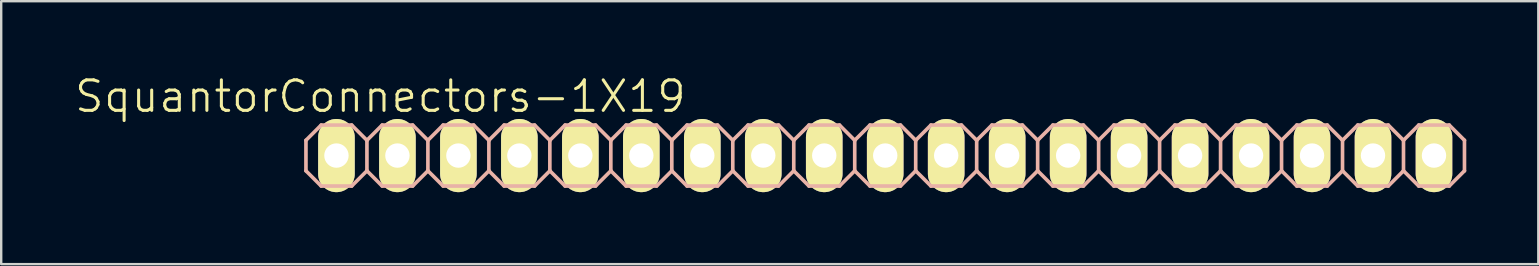
<source format=kicad_pcb>
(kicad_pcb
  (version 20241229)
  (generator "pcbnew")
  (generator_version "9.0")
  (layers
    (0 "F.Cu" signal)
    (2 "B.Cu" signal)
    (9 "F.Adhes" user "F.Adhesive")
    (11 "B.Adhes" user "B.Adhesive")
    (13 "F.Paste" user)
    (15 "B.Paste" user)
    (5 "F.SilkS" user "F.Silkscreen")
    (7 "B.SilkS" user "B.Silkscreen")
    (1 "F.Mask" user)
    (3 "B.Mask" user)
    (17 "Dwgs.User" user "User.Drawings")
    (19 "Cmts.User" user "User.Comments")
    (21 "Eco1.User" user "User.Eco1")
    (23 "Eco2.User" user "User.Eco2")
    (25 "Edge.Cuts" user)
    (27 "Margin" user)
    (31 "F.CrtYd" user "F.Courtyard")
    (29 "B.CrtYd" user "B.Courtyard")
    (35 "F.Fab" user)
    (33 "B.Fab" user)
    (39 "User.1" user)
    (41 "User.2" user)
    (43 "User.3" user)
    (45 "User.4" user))
  (footprint "SquantorConnectors-1X19"
    (layer "F.Cu")
    (at 33.825 3.43)
    (property "Reference" "SquantorConnectors-1X19" (at -21.031 -2.464 0) (layer "F.SilkS") (effects (font (size 1.27 1.27) (thickness 0.127))))
    (attr exclude_from_pos_files exclude_from_bom)
    (fp_line (start -23.114 -0.254) (end -22.606 -0.254) (stroke (width 0.066) (type solid)) (layer "F.SilkS"))
    (fp_line (start -23.114 0.254) (end -23.114 -0.254) (stroke (width 0.066) (type solid)) (layer "F.SilkS"))
    (fp_line (start -23.114 0.254) (end -22.606 0.254) (stroke (width 0.066) (type solid)) (layer "F.SilkS"))
    (fp_line (start -22.606 0.254) (end -22.606 -0.254) (stroke (width 0.066) (type solid)) (layer "F.SilkS"))
    (fp_line (start -20.574 -0.254) (end -20.066 -0.254) (stroke (width 0.066) (type solid)) (layer "F.SilkS"))
    (fp_line (start -20.574 0.254) (end -20.574 -0.254) (stroke (width 0.066) (type solid)) (layer "F.SilkS"))
    (fp_line (start -20.574 0.254) (end -20.066 0.254) (stroke (width 0.066) (type solid)) (layer "F.SilkS"))
    (fp_line (start -20.066 0.254) (end -20.066 -0.254) (stroke (width 0.066) (type solid)) (layer "F.SilkS"))
    (fp_line (start -18.034 -0.254) (end -17.523 -0.254) (stroke (width 0.066) (type solid)) (layer "F.SilkS"))
    (fp_line (start -18.034 0.254) (end -18.034 -0.254) (stroke (width 0.066) (type solid)) (layer "F.SilkS"))
    (fp_line (start -18.034 0.254) (end -17.523 0.254) (stroke (width 0.066) (type solid)) (layer "F.SilkS"))
    (fp_line (start -17.523 0.254) (end -17.523 -0.254) (stroke (width 0.066) (type solid)) (layer "F.SilkS"))
    (fp_line (start -15.494 -0.254) (end -14.986 -0.254) (stroke (width 0.066) (type solid)) (layer "F.SilkS"))
    (fp_line (start -15.494 0.254) (end -15.494 -0.254) (stroke (width 0.066) (type solid)) (layer "F.SilkS"))
    (fp_line (start -15.494 0.254) (end -14.986 0.254) (stroke (width 0.066) (type solid)) (layer "F.SilkS"))
    (fp_line (start -14.986 0.254) (end -14.986 -0.254) (stroke (width 0.066) (type solid)) (layer "F.SilkS"))
    (fp_line (start -12.954 -0.254) (end -12.446 -0.254) (stroke (width 0.066) (type solid)) (layer "F.SilkS"))
    (fp_line (start -12.954 0.254) (end -12.954 -0.254) (stroke (width 0.066) (type solid)) (layer "F.SilkS"))
    (fp_line (start -12.954 0.254) (end -12.446 0.254) (stroke (width 0.066) (type solid)) (layer "F.SilkS"))
    (fp_line (start -12.446 0.254) (end -12.446 -0.254) (stroke (width 0.066) (type solid)) (layer "F.SilkS"))
    (fp_line (start -10.414 -0.254) (end -9.906 -0.254) (stroke (width 0.066) (type solid)) (layer "F.SilkS"))
    (fp_line (start -10.414 0.254) (end -10.414 -0.254) (stroke (width 0.066) (type solid)) (layer "F.SilkS"))
    (fp_line (start -10.414 0.254) (end -9.906 0.254) (stroke (width 0.066) (type solid)) (layer "F.SilkS"))
    (fp_line (start -9.906 0.254) (end -9.906 -0.254) (stroke (width 0.066) (type solid)) (layer "F.SilkS"))
    (fp_line (start -7.874 -0.254) (end -7.366 -0.254) (stroke (width 0.066) (type solid)) (layer "F.SilkS"))
    (fp_line (start -7.874 0.254) (end -7.874 -0.254) (stroke (width 0.066) (type solid)) (layer "F.SilkS"))
    (fp_line (start -7.874 0.254) (end -7.366 0.254) (stroke (width 0.066) (type solid)) (layer "F.SilkS"))
    (fp_line (start -7.366 0.254) (end -7.366 -0.254) (stroke (width 0.066) (type solid)) (layer "F.SilkS"))
    (fp_line (start -5.334 -0.254) (end -4.826 -0.254) (stroke (width 0.066) (type solid)) (layer "F.SilkS"))
    (fp_line (start -5.334 0.254) (end -5.334 -0.254) (stroke (width 0.066) (type solid)) (layer "F.SilkS"))
    (fp_line (start -5.334 0.254) (end -4.826 0.254) (stroke (width 0.066) (type solid)) (layer "F.SilkS"))
    (fp_line (start -4.826 0.254) (end -4.826 -0.254) (stroke (width 0.066) (type solid)) (layer "F.SilkS"))
    (fp_line (start -2.794 -0.254) (end -2.286 -0.254) (stroke (width 0.066) (type solid)) (layer "F.SilkS"))
    (fp_line (start -2.794 0.254) (end -2.794 -0.254) (stroke (width 0.066) (type solid)) (layer "F.SilkS"))
    (fp_line (start -2.794 0.254) (end -2.286 0.254) (stroke (width 0.066) (type solid)) (layer "F.SilkS"))
    (fp_line (start -2.286 0.254) (end -2.286 -0.254) (stroke (width 0.066) (type solid)) (layer "F.SilkS"))
    (fp_line (start -0.254 -0.254) (end 0.254 -0.254) (stroke (width 0.066) (type solid)) (layer "F.SilkS"))
    (fp_line (start -0.254 0.254) (end -0.254 -0.254) (stroke (width 0.066) (type solid)) (layer "F.SilkS"))
    (fp_line (start -0.254 0.254) (end 0.254 0.254) (stroke (width 0.066) (type solid)) (layer "F.SilkS"))
    (fp_line (start 0.254 0.254) (end 0.254 -0.254) (stroke (width 0.066) (type solid)) (layer "F.SilkS"))
    (fp_line (start 2.286 -0.254) (end 2.794 -0.254) (stroke (width 0.066) (type solid)) (layer "F.SilkS"))
    (fp_line (start 2.286 0.254) (end 2.286 -0.254) (stroke (width 0.066) (type solid)) (layer "F.SilkS"))
    (fp_line (start 2.286 0.254) (end 2.794 0.254) (stroke (width 0.066) (type solid)) (layer "F.SilkS"))
    (fp_line (start 2.794 0.254) (end 2.794 -0.254) (stroke (width 0.066) (type solid)) (layer "F.SilkS"))
    (fp_line (start 4.826 -0.254) (end 5.334 -0.254) (stroke (width 0.066) (type solid)) (layer "F.SilkS"))
    (fp_line (start 4.826 0.254) (end 4.826 -0.254) (stroke (width 0.066) (type solid)) (layer "F.SilkS"))
    (fp_line (start 4.826 0.254) (end 5.334 0.254) (stroke (width 0.066) (type solid)) (layer "F.SilkS"))
    (fp_line (start 5.334 0.254) (end 5.334 -0.254) (stroke (width 0.066) (type solid)) (layer "F.SilkS"))
    (fp_line (start 7.366 -0.254) (end 7.874 -0.254) (stroke (width 0.066) (type solid)) (layer "F.SilkS"))
    (fp_line (start 7.366 0.254) (end 7.366 -0.254) (stroke (width 0.066) (type solid)) (layer "F.SilkS"))
    (fp_line (start 7.366 0.254) (end 7.874 0.254) (stroke (width 0.066) (type solid)) (layer "F.SilkS"))
    (fp_line (start 7.874 0.254) (end 7.874 -0.254) (stroke (width 0.066) (type solid)) (layer "F.SilkS"))
    (fp_line (start 9.906 -0.254) (end 10.414 -0.254) (stroke (width 0.066) (type solid)) (layer "F.SilkS"))
    (fp_line (start 9.906 0.254) (end 9.906 -0.254) (stroke (width 0.066) (type solid)) (layer "F.SilkS"))
    (fp_line (start 9.906 0.254) (end 10.414 0.254) (stroke (width 0.066) (type solid)) (layer "F.SilkS"))
    (fp_line (start 10.414 0.254) (end 10.414 -0.254) (stroke (width 0.066) (type solid)) (layer "F.SilkS"))
    (fp_line (start 12.446 -0.254) (end 12.954 -0.254) (stroke (width 0.066) (type solid)) (layer "F.SilkS"))
    (fp_line (start 12.446 0.254) (end 12.446 -0.254) (stroke (width 0.066) (type solid)) (layer "F.SilkS"))
    (fp_line (start 12.446 0.254) (end 12.954 0.254) (stroke (width 0.066) (type solid)) (layer "F.SilkS"))
    (fp_line (start 12.954 0.254) (end 12.954 -0.254) (stroke (width 0.066) (type solid)) (layer "F.SilkS"))
    (fp_line (start 14.986 -0.254) (end 15.494 -0.254) (stroke (width 0.066) (type solid)) (layer "F.SilkS"))
    (fp_line (start 14.986 0.254) (end 14.986 -0.254) (stroke (width 0.066) (type solid)) (layer "F.SilkS"))
    (fp_line (start 14.986 0.254) (end 15.494 0.254) (stroke (width 0.066) (type solid)) (layer "F.SilkS"))
    (fp_line (start 15.494 0.254) (end 15.494 -0.254) (stroke (width 0.066) (type solid)) (layer "F.SilkS"))
    (fp_line (start 17.523 -0.254) (end 18.034 -0.254) (stroke (width 0.066) (type solid)) (layer "F.SilkS"))
    (fp_line (start 17.523 0.254) (end 17.523 -0.254) (stroke (width 0.066) (type solid)) (layer "F.SilkS"))
    (fp_line (start 17.523 0.254) (end 18.034 0.254) (stroke (width 0.066) (type solid)) (layer "F.SilkS"))
    (fp_line (start 18.034 0.254) (end 18.034 -0.254) (stroke (width 0.066) (type solid)) (layer "F.SilkS"))
    (fp_line (start 20.066 -0.254) (end 20.574 -0.254) (stroke (width 0.066) (type solid)) (layer "F.SilkS"))
    (fp_line (start 20.066 0.254) (end 20.066 -0.254) (stroke (width 0.066) (type solid)) (layer "F.SilkS"))
    (fp_line (start 20.066 0.254) (end 20.574 0.254) (stroke (width 0.066) (type solid)) (layer "F.SilkS"))
    (fp_line (start 20.574 0.254) (end 20.574 -0.254) (stroke (width 0.066) (type solid)) (layer "F.SilkS"))
    (fp_line (start 22.606 -0.254) (end 23.114 -0.254) (stroke (width 0.066) (type solid)) (layer "F.SilkS"))
    (fp_line (start 22.606 0.254) (end 22.606 -0.254) (stroke (width 0.066) (type solid)) (layer "F.SilkS"))
    (fp_line (start 22.606 0.254) (end 23.114 0.254) (stroke (width 0.066) (type solid)) (layer "F.SilkS"))
    (fp_line (start 23.114 0.254) (end 23.114 -0.254) (stroke (width 0.066) (type solid)) (layer "F.SilkS"))
    (fp_line (start -24.13 -0.635) (end -24.13 0.635) (stroke (width 0.152) (type solid)) (layer "B.SilkS"))
    (fp_line (start -24.13 0.635) (end -23.495 1.27) (stroke (width 0.152) (type solid)) (layer "B.SilkS"))
    (fp_line (start -23.495 -1.27) (end -24.13 -0.635) (stroke (width 0.152) (type solid)) (layer "B.SilkS"))
    (fp_line (start -23.495 -1.27) (end -22.225 -1.27) (stroke (width 0.152) (type solid)) (layer "B.SilkS"))
    (fp_line (start -22.225 -1.27) (end -21.59 -0.635) (stroke (width 0.152) (type solid)) (layer "B.SilkS"))
    (fp_line (start -22.225 1.27) (end -23.495 1.27) (stroke (width 0.152) (type solid)) (layer "B.SilkS"))
    (fp_line (start -21.59 -0.635) (end -21.59 0.635) (stroke (width 0.152) (type solid)) (layer "B.SilkS"))
    (fp_line (start -21.59 -0.635) (end -20.955 -1.27) (stroke (width 0.152) (type solid)) (layer "B.SilkS"))
    (fp_line (start -21.59 0.635) (end -22.225 1.27) (stroke (width 0.152) (type solid)) (layer "B.SilkS"))
    (fp_line (start -20.955 -1.27) (end -19.685 -1.27) (stroke (width 0.152) (type solid)) (layer "B.SilkS"))
    (fp_line (start -20.955 1.27) (end -21.59 0.635) (stroke (width 0.152) (type solid)) (layer "B.SilkS"))
    (fp_line (start -19.685 -1.27) (end -19.05 -0.635) (stroke (width 0.152) (type solid)) (layer "B.SilkS"))
    (fp_line (start -19.685 1.27) (end -20.955 1.27) (stroke (width 0.152) (type solid)) (layer "B.SilkS"))
    (fp_line (start -19.05 -0.635) (end -19.05 0.635) (stroke (width 0.152) (type solid)) (layer "B.SilkS"))
    (fp_line (start -19.05 -0.635) (end -18.415 -1.27) (stroke (width 0.152) (type solid)) (layer "B.SilkS"))
    (fp_line (start -19.05 0.635) (end -19.685 1.27) (stroke (width 0.152) (type solid)) (layer "B.SilkS"))
    (fp_line (start -18.415 -1.27) (end -17.145 -1.27) (stroke (width 0.152) (type solid)) (layer "B.SilkS"))
    (fp_line (start -18.415 1.27) (end -19.05 0.635) (stroke (width 0.152) (type solid)) (layer "B.SilkS"))
    (fp_line (start -17.145 -1.27) (end -16.51 -0.635) (stroke (width 0.152) (type solid)) (layer "B.SilkS"))
    (fp_line (start -17.145 1.27) (end -18.415 1.27) (stroke (width 0.152) (type solid)) (layer "B.SilkS"))
    (fp_line (start -16.51 -0.635) (end -16.51 0.635) (stroke (width 0.152) (type solid)) (layer "B.SilkS"))
    (fp_line (start -16.51 0.635) (end -17.145 1.27) (stroke (width 0.152) (type solid)) (layer "B.SilkS"))
    (fp_line (start -16.51 0.635) (end -15.875 1.27) (stroke (width 0.152) (type solid)) (layer "B.SilkS"))
    (fp_line (start -15.875 -1.27) (end -16.51 -0.635) (stroke (width 0.152) (type solid)) (layer "B.SilkS"))
    (fp_line (start -15.875 -1.27) (end -14.605 -1.27) (stroke (width 0.152) (type solid)) (layer "B.SilkS"))
    (fp_line (start -14.605 -1.27) (end -13.97 -0.635) (stroke (width 0.152) (type solid)) (layer "B.SilkS"))
    (fp_line (start -14.605 1.27) (end -15.875 1.27) (stroke (width 0.152) (type solid)) (layer "B.SilkS"))
    (fp_line (start -13.97 -0.635) (end -13.97 0.635) (stroke (width 0.152) (type solid)) (layer "B.SilkS"))
    (fp_line (start -13.97 -0.635) (end -13.335 -1.27) (stroke (width 0.152) (type solid)) (layer "B.SilkS"))
    (fp_line (start -13.97 0.635) (end -14.605 1.27) (stroke (width 0.152) (type solid)) (layer "B.SilkS"))
    (fp_line (start -13.335 -1.27) (end -12.065 -1.27) (stroke (width 0.152) (type solid)) (layer "B.SilkS"))
    (fp_line (start -13.335 1.27) (end -13.97 0.635) (stroke (width 0.152) (type solid)) (layer "B.SilkS"))
    (fp_line (start -12.065 -1.27) (end -11.43 -0.635) (stroke (width 0.152) (type solid)) (layer "B.SilkS"))
    (fp_line (start -12.065 1.27) (end -13.335 1.27) (stroke (width 0.152) (type solid)) (layer "B.SilkS"))
    (fp_line (start -11.43 -0.635) (end -11.43 0.635) (stroke (width 0.152) (type solid)) (layer "B.SilkS"))
    (fp_line (start -11.43 -0.635) (end -10.795 -1.27) (stroke (width 0.152) (type solid)) (layer "B.SilkS"))
    (fp_line (start -11.43 0.635) (end -12.065 1.27) (stroke (width 0.152) (type solid)) (layer "B.SilkS"))
    (fp_line (start -10.795 -1.27) (end -9.525 -1.27) (stroke (width 0.152) (type solid)) (layer "B.SilkS"))
    (fp_line (start -10.795 1.27) (end -11.43 0.635) (stroke (width 0.152) (type solid)) (layer "B.SilkS"))
    (fp_line (start -9.525 -1.27) (end -8.89 -0.635) (stroke (width 0.152) (type solid)) (layer "B.SilkS"))
    (fp_line (start -9.525 1.27) (end -10.795 1.27) (stroke (width 0.152) (type solid)) (layer "B.SilkS"))
    (fp_line (start -8.89 -0.635) (end -8.89 0.635) (stroke (width 0.152) (type solid)) (layer "B.SilkS"))
    (fp_line (start -8.89 0.635) (end -9.525 1.27) (stroke (width 0.152) (type solid)) (layer "B.SilkS"))
    (fp_line (start -8.89 0.635) (end -8.255 1.27) (stroke (width 0.152) (type solid)) (layer "B.SilkS"))
    (fp_line (start -8.255 -1.27) (end -8.89 -0.635) (stroke (width 0.152) (type solid)) (layer "B.SilkS"))
    (fp_line (start -8.255 -1.27) (end -6.985 -1.27) (stroke (width 0.152) (type solid)) (layer "B.SilkS"))
    (fp_line (start -6.985 -1.27) (end -6.35 -0.635) (stroke (width 0.152) (type solid)) (layer "B.SilkS"))
    (fp_line (start -6.985 1.27) (end -8.255 1.27) (stroke (width 0.152) (type solid)) (layer "B.SilkS"))
    (fp_line (start -6.35 -0.635) (end -6.35 0.635) (stroke (width 0.152) (type solid)) (layer "B.SilkS"))
    (fp_line (start -6.35 -0.635) (end -5.715 -1.27) (stroke (width 0.152) (type solid)) (layer "B.SilkS"))
    (fp_line (start -6.35 0.635) (end -6.985 1.27) (stroke (width 0.152) (type solid)) (layer "B.SilkS"))
    (fp_line (start -5.715 -1.27) (end -4.445 -1.27) (stroke (width 0.152) (type solid)) (layer "B.SilkS"))
    (fp_line (start -5.715 1.27) (end -6.35 0.635) (stroke (width 0.152) (type solid)) (layer "B.SilkS"))
    (fp_line (start -4.445 -1.27) (end -3.81 -0.635) (stroke (width 0.152) (type solid)) (layer "B.SilkS"))
    (fp_line (start -4.445 1.27) (end -5.715 1.27) (stroke (width 0.152) (type solid)) (layer "B.SilkS"))
    (fp_line (start -3.81 -0.635) (end -3.81 0.635) (stroke (width 0.152) (type solid)) (layer "B.SilkS"))
    (fp_line (start -3.81 -0.635) (end -3.175 -1.27) (stroke (width 0.152) (type solid)) (layer "B.SilkS"))
    (fp_line (start -3.81 0.635) (end -4.445 1.27) (stroke (width 0.152) (type solid)) (layer "B.SilkS"))
    (fp_line (start -3.175 -1.27) (end -1.905 -1.27) (stroke (width 0.152) (type solid)) (layer "B.SilkS"))
    (fp_line (start -3.175 1.27) (end -3.81 0.635) (stroke (width 0.152) (type solid)) (layer "B.SilkS"))
    (fp_line (start -1.905 -1.27) (end -1.27 -0.635) (stroke (width 0.152) (type solid)) (layer "B.SilkS"))
    (fp_line (start -1.905 1.27) (end -3.175 1.27) (stroke (width 0.152) (type solid)) (layer "B.SilkS"))
    (fp_line (start -1.27 -0.635) (end -1.27 0.635) (stroke (width 0.152) (type solid)) (layer "B.SilkS"))
    (fp_line (start -1.27 0.635) (end -1.905 1.27) (stroke (width 0.152) (type solid)) (layer "B.SilkS"))
    (fp_line (start -1.27 0.635) (end -0.635 1.27) (stroke (width 0.152) (type solid)) (layer "B.SilkS"))
    (fp_line (start -0.635 -1.27) (end -1.27 -0.635) (stroke (width 0.152) (type solid)) (layer "B.SilkS"))
    (fp_line (start -0.635 -1.27) (end 0.635 -1.27) (stroke (width 0.152) (type solid)) (layer "B.SilkS"))
    (fp_line (start 0.635 -1.27) (end 1.27 -0.635) (stroke (width 0.152) (type solid)) (layer "B.SilkS"))
    (fp_line (start 0.635 1.27) (end -0.635 1.27) (stroke (width 0.152) (type solid)) (layer "B.SilkS"))
    (fp_line (start 1.27 -0.635) (end 1.27 0.635) (stroke (width 0.152) (type solid)) (layer "B.SilkS"))
    (fp_line (start 1.27 -0.635) (end 1.905 -1.27) (stroke (width 0.152) (type solid)) (layer "B.SilkS"))
    (fp_line (start 1.27 0.635) (end 0.635 1.27) (stroke (width 0.152) (type solid)) (layer "B.SilkS"))
    (fp_line (start 1.905 -1.27) (end 3.175 -1.27) (stroke (width 0.152) (type solid)) (layer "B.SilkS"))
    (fp_line (start 1.905 1.27) (end 1.27 0.635) (stroke (width 0.152) (type solid)) (layer "B.SilkS"))
    (fp_line (start 3.175 -1.27) (end 3.81 -0.635) (stroke (width 0.152) (type solid)) (layer "B.SilkS"))
    (fp_line (start 3.175 1.27) (end 1.905 1.27) (stroke (width 0.152) (type solid)) (layer "B.SilkS"))
    (fp_line (start 3.81 -0.635) (end 3.81 0.635) (stroke (width 0.152) (type solid)) (layer "B.SilkS"))
    (fp_line (start 3.81 -0.635) (end 4.445 -1.27) (stroke (width 0.152) (type solid)) (layer "B.SilkS"))
    (fp_line (start 3.81 0.635) (end 3.175 1.27) (stroke (width 0.152) (type solid)) (layer "B.SilkS"))
    (fp_line (start 4.445 -1.27) (end 5.715 -1.27) (stroke (width 0.152) (type solid)) (layer "B.SilkS"))
    (fp_line (start 4.445 1.27) (end 3.81 0.635) (stroke (width 0.152) (type solid)) (layer "B.SilkS"))
    (fp_line (start 5.715 -1.27) (end 6.35 -0.635) (stroke (width 0.152) (type solid)) (layer "B.SilkS"))
    (fp_line (start 5.715 1.27) (end 4.445 1.27) (stroke (width 0.152) (type solid)) (layer "B.SilkS"))
    (fp_line (start 6.35 -0.635) (end 6.35 0.635) (stroke (width 0.152) (type solid)) (layer "B.SilkS"))
    (fp_line (start 6.35 0.635) (end 5.715 1.27) (stroke (width 0.152) (type solid)) (layer "B.SilkS"))
    (fp_line (start 6.35 0.635) (end 6.985 1.27) (stroke (width 0.152) (type solid)) (layer "B.SilkS"))
    (fp_line (start 6.985 -1.27) (end 6.35 -0.635) (stroke (width 0.152) (type solid)) (layer "B.SilkS"))
    (fp_line (start 6.985 -1.27) (end 8.255 -1.27) (stroke (width 0.152) (type solid)) (layer "B.SilkS"))
    (fp_line (start 8.255 -1.27) (end 8.89 -0.635) (stroke (width 0.152) (type solid)) (layer "B.SilkS"))
    (fp_line (start 8.255 1.27) (end 6.985 1.27) (stroke (width 0.152) (type solid)) (layer "B.SilkS"))
    (fp_line (start 8.89 -0.635) (end 8.89 0.635) (stroke (width 0.152) (type solid)) (layer "B.SilkS"))
    (fp_line (start 8.89 -0.635) (end 9.525 -1.27) (stroke (width 0.152) (type solid)) (layer "B.SilkS"))
    (fp_line (start 8.89 0.635) (end 8.255 1.27) (stroke (width 0.152) (type solid)) (layer "B.SilkS"))
    (fp_line (start 9.525 -1.27) (end 10.795 -1.27) (stroke (width 0.152) (type solid)) (layer "B.SilkS"))
    (fp_line (start 9.525 1.27) (end 8.89 0.635) (stroke (width 0.152) (type solid)) (layer "B.SilkS"))
    (fp_line (start 10.795 -1.27) (end 11.43 -0.635) (stroke (width 0.152) (type solid)) (layer "B.SilkS"))
    (fp_line (start 10.795 1.27) (end 9.525 1.27) (stroke (width 0.152) (type solid)) (layer "B.SilkS"))
    (fp_line (start 11.43 -0.635) (end 11.43 0.635) (stroke (width 0.152) (type solid)) (layer "B.SilkS"))
    (fp_line (start 11.43 -0.635) (end 12.065 -1.27) (stroke (width 0.152) (type solid)) (layer "B.SilkS"))
    (fp_line (start 11.43 0.635) (end 10.795 1.27) (stroke (width 0.152) (type solid)) (layer "B.SilkS"))
    (fp_line (start 12.065 -1.27) (end 13.335 -1.27) (stroke (width 0.152) (type solid)) (layer "B.SilkS"))
    (fp_line (start 12.065 1.27) (end 11.43 0.635) (stroke (width 0.152) (type solid)) (layer "B.SilkS"))
    (fp_line (start 13.335 -1.27) (end 13.97 -0.635) (stroke (width 0.152) (type solid)) (layer "B.SilkS"))
    (fp_line (start 13.335 1.27) (end 12.065 1.27) (stroke (width 0.152) (type solid)) (layer "B.SilkS"))
    (fp_line (start 13.97 -0.635) (end 13.97 0.635) (stroke (width 0.152) (type solid)) (layer "B.SilkS"))
    (fp_line (start 13.97 0.635) (end 13.335 1.27) (stroke (width 0.152) (type solid)) (layer "B.SilkS"))
    (fp_line (start 13.97 0.635) (end 14.605 1.27) (stroke (width 0.152) (type solid)) (layer "B.SilkS"))
    (fp_line (start 14.605 -1.27) (end 13.97 -0.635) (stroke (width 0.152) (type solid)) (layer "B.SilkS"))
    (fp_line (start 14.605 -1.27) (end 15.875 -1.27) (stroke (width 0.152) (type solid)) (layer "B.SilkS"))
    (fp_line (start 15.875 -1.27) (end 16.51 -0.635) (stroke (width 0.152) (type solid)) (layer "B.SilkS"))
    (fp_line (start 15.875 1.27) (end 14.605 1.27) (stroke (width 0.152) (type solid)) (layer "B.SilkS"))
    (fp_line (start 16.51 -0.635) (end 16.51 0.635) (stroke (width 0.152) (type solid)) (layer "B.SilkS"))
    (fp_line (start 16.51 -0.635) (end 17.145 -1.27) (stroke (width 0.152) (type solid)) (layer "B.SilkS"))
    (fp_line (start 16.51 0.635) (end 15.875 1.27) (stroke (width 0.152) (type solid)) (layer "B.SilkS"))
    (fp_line (start 17.145 -1.27) (end 18.415 -1.27) (stroke (width 0.152) (type solid)) (layer "B.SilkS"))
    (fp_line (start 17.145 1.27) (end 16.51 0.635) (stroke (width 0.152) (type solid)) (layer "B.SilkS"))
    (fp_line (start 18.415 -1.27) (end 19.05 -0.635) (stroke (width 0.152) (type solid)) (layer "B.SilkS"))
    (fp_line (start 18.415 1.27) (end 17.145 1.27) (stroke (width 0.152) (type solid)) (layer "B.SilkS"))
    (fp_line (start 19.05 -0.635) (end 19.05 0.635) (stroke (width 0.152) (type solid)) (layer "B.SilkS"))
    (fp_line (start 19.05 -0.635) (end 19.685 -1.27) (stroke (width 0.152) (type solid)) (layer "B.SilkS"))
    (fp_line (start 19.05 0.635) (end 18.415 1.27) (stroke (width 0.152) (type solid)) (layer "B.SilkS"))
    (fp_line (start 19.685 -1.27) (end 20.955 -1.27) (stroke (width 0.152) (type solid)) (layer "B.SilkS"))
    (fp_line (start 19.685 1.27) (end 19.05 0.635) (stroke (width 0.152) (type solid)) (layer "B.SilkS"))
    (fp_line (start 20.955 -1.27) (end 21.59 -0.635) (stroke (width 0.152) (type solid)) (layer "B.SilkS"))
    (fp_line (start 20.955 1.27) (end 19.685 1.27) (stroke (width 0.152) (type solid)) (layer "B.SilkS"))
    (fp_line (start 21.59 -0.635) (end 21.59 0.635) (stroke (width 0.152) (type solid)) (layer "B.SilkS"))
    (fp_line (start 21.59 -0.635) (end 22.225 -1.27) (stroke (width 0.152) (type solid)) (layer "B.SilkS"))
    (fp_line (start 21.59 0.635) (end 20.955 1.27) (stroke (width 0.152) (type solid)) (layer "B.SilkS"))
    (fp_line (start 22.225 -1.27) (end 23.495 -1.27) (stroke (width 0.152) (type solid)) (layer "B.SilkS"))
    (fp_line (start 22.225 1.27) (end 21.59 0.635) (stroke (width 0.152) (type solid)) (layer "B.SilkS"))
    (fp_line (start 23.495 -1.27) (end 24.13 -0.635) (stroke (width 0.152) (type solid)) (layer "B.SilkS"))
    (fp_line (start 23.495 1.27) (end 22.225 1.27) (stroke (width 0.152) (type solid)) (layer "B.SilkS"))
    (fp_line (start 24.13 -0.635) (end 24.13 0.635) (stroke (width 0.152) (type solid)) (layer "B.SilkS"))
    (fp_line (start 24.13 0.635) (end 23.495 1.27) (stroke (width 0.152) (type solid)) (layer "B.SilkS"))
    (pad "1" thru_hole oval (at -22.86 0 180) (size 1.524 3.048) (drill 1.016) (layers "*.Cu" "F.Mask" "F.SilkS" "F.Paste"))
    (pad "2" thru_hole oval (at -20.32 0 180) (size 1.524 3.048) (drill 1.016) (layers "*.Cu" "F.Mask" "F.SilkS" "F.Paste"))
    (pad "3" thru_hole oval (at -17.78 0 180) (size 1.524 3.048) (drill 1.016) (layers "*.Cu" "F.Mask" "F.SilkS" "F.Paste"))
    (pad "4" thru_hole oval (at -15.24 0 180) (size 1.524 3.048) (drill 1.016) (layers "*.Cu" "F.Mask" "F.SilkS" "F.Paste"))
    (pad "5" thru_hole oval (at -12.7 0 180) (size 1.524 3.048) (drill 1.016) (layers "*.Cu" "F.Mask" "F.SilkS" "F.Paste"))
    (pad "6" thru_hole oval (at -10.16 0 180) (size 1.524 3.048) (drill 1.016) (layers "*.Cu" "F.Mask" "F.SilkS" "F.Paste"))
    (pad "7" thru_hole oval (at -7.62 0 180) (size 1.524 3.048) (drill 1.016) (layers "*.Cu" "F.Mask" "F.SilkS" "F.Paste"))
    (pad "8" thru_hole oval (at -5.08 0 180) (size 1.524 3.048) (drill 1.016) (layers "*.Cu" "F.Mask" "F.SilkS" "F.Paste"))
    (pad "9" thru_hole oval (at -2.54 0 180) (size 1.524 3.048) (drill 1.016) (layers "*.Cu" "F.Mask" "F.SilkS" "F.Paste"))
    (pad "10" thru_hole oval (at 0 0 180) (size 1.524 3.048) (drill 1.016) (layers "*.Cu" "F.Mask" "F.SilkS" "F.Paste"))
    (pad "11" thru_hole oval (at 2.54 0 180) (size 1.524 3.048) (drill 1.016) (layers "*.Cu" "F.Mask" "F.SilkS" "F.Paste"))
    (pad "12" thru_hole oval (at 5.08 0 180) (size 1.524 3.048) (drill 1.016) (layers "*.Cu" "F.Mask" "F.SilkS" "F.Paste"))
    (pad "13" thru_hole oval (at 7.62 0 180) (size 1.524 3.048) (drill 1.016) (layers "*.Cu" "F.Mask" "F.SilkS" "F.Paste"))
    (pad "14" thru_hole oval (at 10.16 0 180) (size 1.524 3.048) (drill 1.016) (layers "*.Cu" "F.Mask" "F.SilkS" "F.Paste"))
    (pad "15" thru_hole oval (at 12.7 0 180) (size 1.524 3.048) (drill 1.016) (layers "*.Cu" "F.Mask" "F.SilkS" "F.Paste"))
    (pad "16" thru_hole oval (at 15.24 0 180) (size 1.524 3.048) (drill 1.016) (layers "*.Cu" "F.Mask" "F.SilkS" "F.Paste"))
    (pad "17" thru_hole oval (at 17.78 0 180) (size 1.524 3.048) (drill 1.016) (layers "*.Cu" "F.Mask" "F.SilkS" "F.Paste"))
    (pad "18" thru_hole oval (at 20.32 0 180) (size 1.524 3.048) (drill 1.016) (layers "*.Cu" "F.Mask" "F.SilkS" "F.Paste"))
    (pad "19" thru_hole oval (at 22.86 0 180) (size 1.524 3.048) (drill 1.016) (layers "*.Cu" "F.Mask" "F.SilkS" "F.Paste")))
  (gr_rect
    (start -3 -3)
    (end 61.031 7.954)
    (stroke (width 0.1) (type default))
    (fill no)
    (layer "Edge.Cuts")))
</source>
